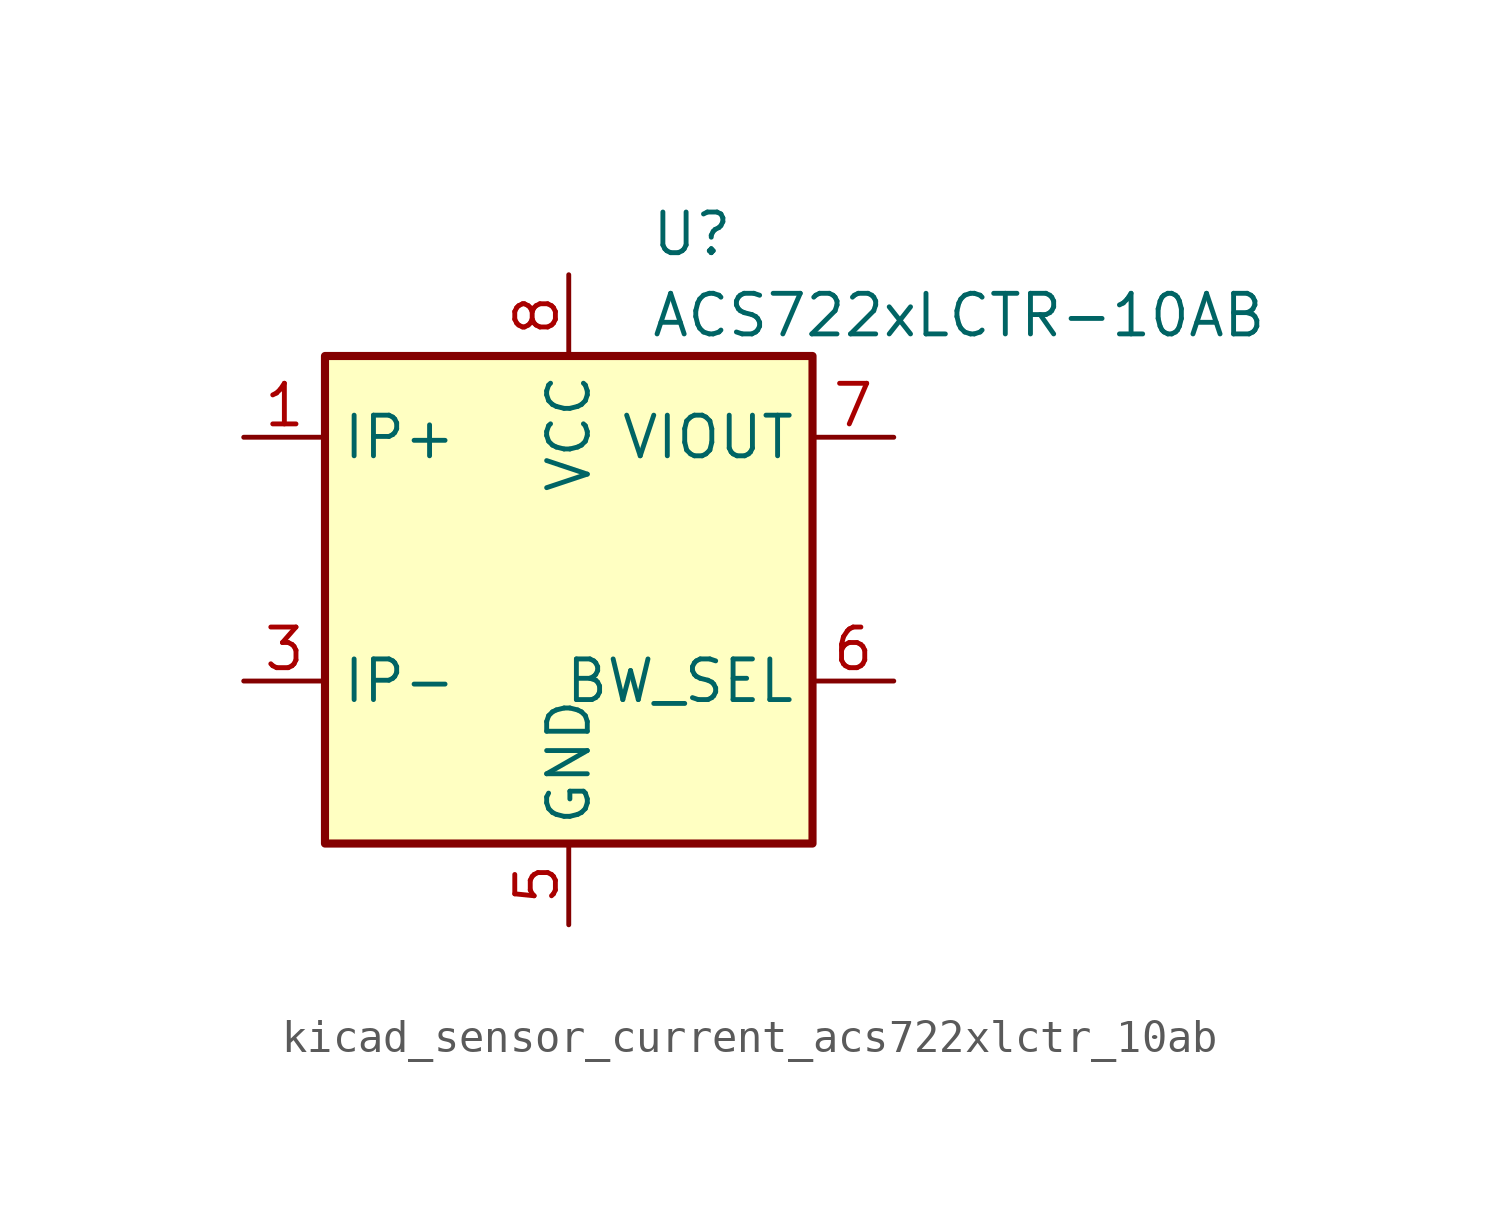
<source format=kicad_sym>
(kicad_symbol_lib
  (version 20220914)
  (generator kicad_symbol_editor)
  (symbol "kicad_sensor_current_acs722xlctr_10ab"
    (property "Reference" "U"
      (at 2.54 11.43 0)
      (effects (font (size 1.27 1.27)) (justify left)))
    (property "Value" "ACS722xLCTR-10AB"
      (at 2.54 8.89 0)
      (effects (font (size 1.27 1.27)) (justify left)))
    (symbol "kicad_sensor_current_acs722xlctr_10ab_0_1"
      (rectangle (start -7.62 7.62) (end 7.62 -7.62) (stroke (width 0.254) (type default)) (fill (type background))))
    (symbol "kicad_sensor_current_acs722xlctr_10ab_1_1"
      (pin passive line (at -10.16 5.08 0) (length 2.54) (name "IP+" (effects (font (size 1.27 1.27)))) (number "1" (effects (font (size 1.27 1.27)))))
      (pin passive line (at -10.16 5.08 0) (length 2.54) hide (name "IP+" (effects (font (size 1.27 1.27)))) (number "2" (effects (font (size 1.27 1.27)))))
      (pin passive line (at -10.16 -2.54 0) (length 2.54) (name "IP-" (effects (font (size 1.27 1.27)))) (number "3" (effects (font (size 1.27 1.27)))))
      (pin passive line (at -10.16 -2.54 0) (length 2.54) hide (name "IP-" (effects (font (size 1.27 1.27)))) (number "4" (effects (font (size 1.27 1.27)))))
      (pin power_in line (at 0 -10.16 90) (length 2.54) (name "GND" (effects (font (size 1.27 1.27)))) (number "5" (effects (font (size 1.27 1.27)))))
      (pin input line (at 10.16 -2.54 180) (length 2.54) (name "BW_SEL" (effects (font (size 1.27 1.27)))) (number "6" (effects (font (size 1.27 1.27)))))
      (pin output line (at 10.16 5.08 180) (length 2.54) (name "VIOUT" (effects (font (size 1.27 1.27)))) (number "7" (effects (font (size 1.27 1.27)))))
      (pin power_in line (at 0 10.16 270) (length 2.54) (name "VCC" (effects (font (size 1.27 1.27)))) (number "8" (effects (font (size 1.27 1.27))))))))
</source>
